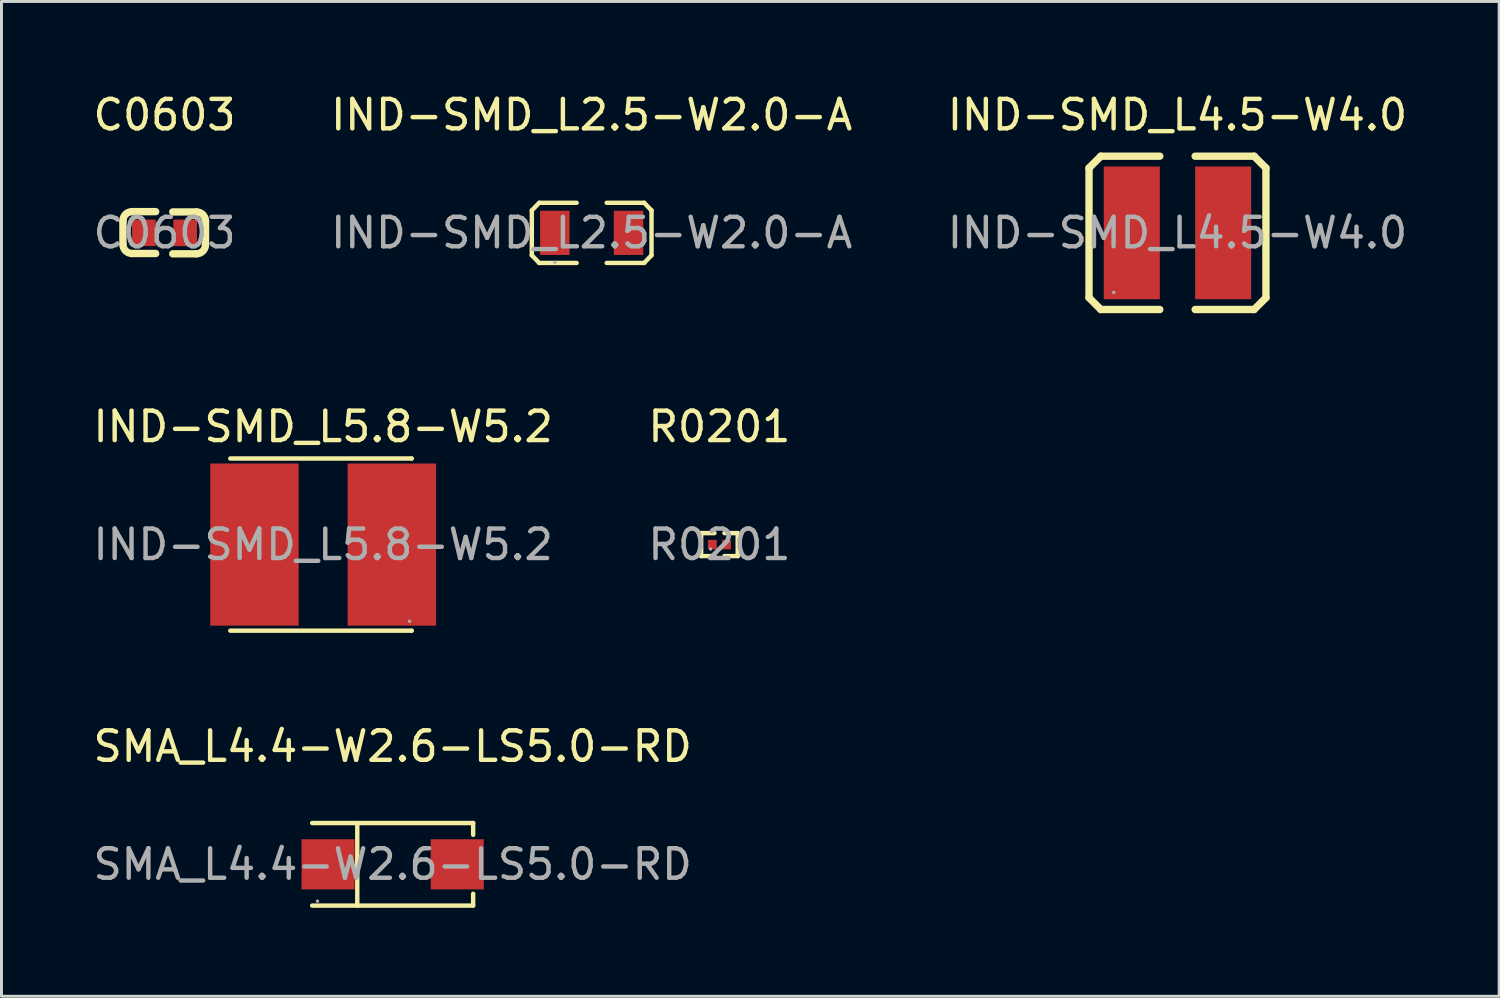
<source format=kicad_pcb>
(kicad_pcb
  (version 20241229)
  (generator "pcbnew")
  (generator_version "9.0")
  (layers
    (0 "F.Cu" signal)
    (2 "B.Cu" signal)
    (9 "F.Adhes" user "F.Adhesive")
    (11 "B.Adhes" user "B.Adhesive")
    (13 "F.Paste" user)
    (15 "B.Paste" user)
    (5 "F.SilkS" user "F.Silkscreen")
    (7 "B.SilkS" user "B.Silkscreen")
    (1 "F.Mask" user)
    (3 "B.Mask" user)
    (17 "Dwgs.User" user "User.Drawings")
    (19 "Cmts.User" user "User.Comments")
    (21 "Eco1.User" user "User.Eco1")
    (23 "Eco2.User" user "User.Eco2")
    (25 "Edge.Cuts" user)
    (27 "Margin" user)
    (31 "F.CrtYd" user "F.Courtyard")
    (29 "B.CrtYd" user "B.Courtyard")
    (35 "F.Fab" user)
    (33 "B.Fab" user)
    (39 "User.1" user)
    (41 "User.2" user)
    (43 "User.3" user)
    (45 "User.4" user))
  (footprint "C0603"
    (layer "F.Cu")
    (at 2.53 4.848)
    (property "Reference" "C0603" (at 0 -4 0) (layer "F.SilkS") (effects (font (size 1 1) (thickness 0.15))))
    (attr smd)
    (fp_line (start -1.41 -0.41) (end -1.41 0.39) (stroke (width 0.25) (type solid)) (layer "F.SilkS"))
    (fp_line (start -0.3 -0.72) (end -1.1 -0.72) (stroke (width 0.25) (type solid)) (layer "F.SilkS"))
    (fp_line (start -0.3 0.7) (end -1.1 0.7) (stroke (width 0.25) (type solid)) (layer "F.SilkS"))
    (fp_line (start 0.28 -0.71) (end 1.08 -0.71) (stroke (width 0.25) (type solid)) (layer "F.SilkS"))
    (fp_line (start 0.28 0.71) (end 1.08 0.71) (stroke (width 0.25) (type solid)) (layer "F.SilkS"))
    (fp_line (start 1.39 -0.4) (end 1.39 0.4) (stroke (width 0.25) (type solid)) (layer "F.SilkS"))
    (fp_arc (start -1.41 -0.41) (mid -1.319203 -0.629203) (end -1.1 -0.72) (stroke (width 0.25) (type solid)) (layer "F.SilkS"))
    (fp_arc (start -1.1 0.7) (mid -1.319203 0.609203) (end -1.41 0.39) (stroke (width 0.25) (type solid)) (layer "F.SilkS"))
    (fp_arc (start 1.08 -0.71) (mid 1.299203 -0.619203) (end 1.39 -0.4) (stroke (width 0.25) (type solid)) (layer "F.SilkS"))
    (fp_arc (start 1.39 0.4) (mid 1.299203 0.619203) (end 1.08 0.71) (stroke (width 0.25) (type solid)) (layer "F.SilkS"))
    (fp_circle (center -0.8 0.4) (end -0.77 0.4) (stroke (width 0.06) (type solid)) (fill no) (layer "F.Fab"))
    (fp_text user "${REFERENCE}" (at 0 0 0) (layer "F.Fab") (effects (font (size 1 1) (thickness 0.15))))
    (pad "1" smd rect (at -0.7 0) (size 0.8 0.9) (layers "F.Cu" "F.Mask" "F.Paste"))
    (pad "2" smd rect (at 0.7 0) (size 0.8 0.9) (layers "F.Cu" "F.Mask" "F.Paste")))
  (footprint "IND-SMD_L5.8-W5.2"
    (layer "F.Cu")
    (at 7.911 15.421)
    (property "Reference" "IND-SMD_L5.8-W5.2" (at 0 -4 0) (layer "F.SilkS") (effects (font (size 1 1) (thickness 0.15))))
    (attr smd)
    (fp_line (start -3.15 -2.92) (end 3 -2.92) (stroke (width 0.15) (type solid)) (layer "F.SilkS"))
    (fp_line (start -3.15 2.92) (end 3 2.92) (stroke (width 0.15) (type solid)) (layer "F.SilkS"))
    (fp_line (start 3 -2.92) (end 3 -2.92) (stroke (width 0.15) (type solid)) (layer "F.SilkS"))
    (fp_line (start 3 2.92) (end 3 2.92) (stroke (width 0.15) (type solid)) (layer "F.SilkS"))
    (fp_circle (center 2.93 2.6) (end 2.96 2.6) (stroke (width 0.06) (type solid)) (fill no) (layer "F.Fab"))
    (fp_text user "${REFERENCE}" (at 0 0 0) (layer "F.Fab") (effects (font (size 1 1) (thickness 0.15))))
    (pad "1" smd rect (at 2.33 0) (size 3 5.5) (layers "F.Cu" "F.Mask" "F.Paste"))
    (pad "2" smd rect (at -2.33 0) (size 3 5.5) (layers "F.Cu" "F.Mask" "F.Paste")))
  (footprint "IND-SMD_L2.5-W2.0-A"
    (layer "F.Cu")
    (at 17.018 4.848)
    (property "Reference" "IND-SMD_L2.5-W2.0-A" (at 0 -4 0) (layer "F.SilkS") (effects (font (size 1 1) (thickness 0.15))))
    (attr smd)
    (fp_line (start -2.03 -0.76) (end -1.78 -1.02) (stroke (width 0.15) (type solid)) (layer "F.SilkS"))
    (fp_line (start -2.03 0.76) (end -2.03 -0.76) (stroke (width 0.15) (type solid)) (layer "F.SilkS"))
    (fp_line (start -1.78 -1.02) (end -0.51 -1.02) (stroke (width 0.15) (type solid)) (layer "F.SilkS"))
    (fp_line (start -1.78 1.02) (end -2.03 0.76) (stroke (width 0.15) (type solid)) (layer "F.SilkS"))
    (fp_line (start -0.51 1.02) (end -1.78 1.02) (stroke (width 0.15) (type solid)) (layer "F.SilkS"))
    (fp_line (start 0.51 -1.02) (end 1.78 -1.02) (stroke (width 0.15) (type solid)) (layer "F.SilkS"))
    (fp_line (start 1.78 -1.02) (end 2.03 -0.76) (stroke (width 0.15) (type solid)) (layer "F.SilkS"))
    (fp_line (start 1.78 1.02) (end 0.51 1.02) (stroke (width 0.15) (type solid)) (layer "F.SilkS"))
    (fp_line (start 2.03 -0.76) (end 2.03 0.76) (stroke (width 0.15) (type solid)) (layer "F.SilkS"))
    (fp_line (start 2.03 0.76) (end 1.78 1.02) (stroke (width 0.15) (type solid)) (layer "F.SilkS"))
    (fp_circle (center -1.25 1) (end -1.22 1) (stroke (width 0.06) (type solid)) (fill no) (layer "F.Fab"))
    (fp_text user "${REFERENCE}" (at 0 0 0) (layer "F.Fab") (effects (font (size 1 1) (thickness 0.15))))
    (pad "1" smd rect (at -1.25 0) (size 1 1.5) (layers "F.Cu" "F.Mask" "F.Paste"))
    (pad "2" smd rect (at 1.25 0) (size 1 1.5) (layers "F.Cu" "F.Mask" "F.Paste")))
  (footprint "SMA_L4.4-W2.6-LS5.0-RD"
    (layer "F.Cu")
    (at 10.268 26.265)
    (property "Reference" "SMA_L4.4-W2.6-LS5.0-RD" (at 0 -4 0) (layer "F.SilkS") (effects (font (size 1 1) (thickness 0.15))))
    (attr smd)
    (fp_line (start -2.73 -1.4) (end 2.73 -1.4) (stroke (width 0.15) (type solid)) (layer "F.SilkS"))
    (fp_line (start -2.73 1.4) (end 2.73 1.4) (stroke (width 0.15) (type solid)) (layer "F.SilkS"))
    (fp_line (start -1.2 -1.4) (end -1.2 1.4) (stroke (width 0.15) (type solid)) (layer "F.SilkS"))
    (fp_line (start 2.73 -1.4) (end 2.73 -1) (stroke (width 0.15) (type solid)) (layer "F.SilkS"))
    (fp_line (start 2.73 1.4) (end 2.73 1) (stroke (width 0.15) (type solid)) (layer "F.SilkS"))
    (fp_circle (center -2.55 1.25) (end -2.52 1.25) (stroke (width 0.06) (type solid)) (fill no) (layer "F.Fab"))
    (fp_text user "${REFERENCE}" (at 0 0 0) (layer "F.Fab") (effects (font (size 1 1) (thickness 0.15))))
    (pad "1" smd rect (at -2.19 0) (size 1.8 1.7) (layers "F.Cu" "F.Mask" "F.Paste"))
    (pad "2" smd rect (at 2.19 0) (size 1.8 1.7) (layers "F.Cu" "F.Mask" "F.Paste")))
  (footprint "R0201"
    (layer "F.Cu")
    (at 21.351 15.421)
    (property "Reference" "R0201" (at 0 -4 0) (layer "F.SilkS") (effects (font (size 1 1) (thickness 0.15))))
    (attr through_hole)
    (fp_line (start -0.62 -0.39) (end -0.17 -0.39) (stroke (width 0.15) (type solid)) (layer "F.SilkS"))
    (fp_line (start -0.62 0.39) (end -0.62 -0.39) (stroke (width 0.15) (type solid)) (layer "F.SilkS"))
    (fp_line (start -0.17 0.39) (end -0.62 0.39) (stroke (width 0.15) (type solid)) (layer "F.SilkS"))
    (fp_line (start 0.17 0.39) (end 0.62 0.39) (stroke (width 0.15) (type solid)) (layer "F.SilkS"))
    (fp_line (start 0.62 -0.39) (end 0.17 -0.39) (stroke (width 0.15) (type solid)) (layer "F.SilkS"))
    (fp_line (start 0.62 0.39) (end 0.62 -0.39) (stroke (width 0.15) (type solid)) (layer "F.SilkS"))
    (fp_circle (center -0.3 0.15) (end -0.27 0.15) (stroke (width 0.06) (type solid)) (fill no) (layer "F.Fab"))
    (fp_text user "${REFERENCE}" (at 0 0 0) (layer "F.Fab") (effects (font (size 1 1) (thickness 0.15))))
    (pad "1" smd rect (at -0.24 0) (size 0.3 0.32) (layers "F.Cu" "F.Mask" "F.Paste"))
    (pad "2" smd rect (at 0.24 0) (size 0.3 0.32) (layers "F.Cu" "F.Mask" "F.Paste")))
  (footprint "IND-SMD_L4.5-W4.0"
    (layer "F.Cu")
    (at 36.887 4.848)
    (property "Reference" "IND-SMD_L4.5-W4.0" (at 0 -4 0) (layer "F.SilkS") (effects (font (size 1 1) (thickness 0.15))))
    (attr smd)
    (fp_line (start -3 -2.2) (end -2.6 -2.6) (stroke (width 0.25) (type solid)) (layer "F.SilkS"))
    (fp_line (start -3 2.2) (end -3 -2.2) (stroke (width 0.25) (type solid)) (layer "F.SilkS"))
    (fp_line (start -2.6 -2.6) (end -0.6 -2.6) (stroke (width 0.25) (type solid)) (layer "F.SilkS"))
    (fp_line (start -2.6 2.6) (end -3 2.2) (stroke (width 0.25) (type solid)) (layer "F.SilkS"))
    (fp_line (start -0.6 2.6) (end -2.6 2.6) (stroke (width 0.25) (type solid)) (layer "F.SilkS"))
    (fp_line (start 0.6 -2.6) (end 2.6 -2.6) (stroke (width 0.25) (type solid)) (layer "F.SilkS"))
    (fp_line (start 2.6 -2.6) (end 3 -2.2) (stroke (width 0.25) (type solid)) (layer "F.SilkS"))
    (fp_line (start 2.6 2.6) (end 0.6 2.6) (stroke (width 0.25) (type solid)) (layer "F.SilkS"))
    (fp_line (start 3 -2.2) (end 3 2.2) (stroke (width 0.25) (type solid)) (layer "F.SilkS"))
    (fp_line (start 3 2.2) (end 2.6 2.6) (stroke (width 0.25) (type solid)) (layer "F.SilkS"))
    (fp_circle (center -2.16 2.02) (end -2.13 2.02) (stroke (width 0.06) (type solid)) (fill no) (layer "F.Fab"))
    (fp_text user "${REFERENCE}" (at 0 0 0) (layer "F.Fab") (effects (font (size 1 1) (thickness 0.15))))
    (pad "1" smd rect (at -1.55 0) (size 1.9 4.5) (layers "F.Cu" "F.Mask" "F.Paste"))
    (pad "2" smd rect (at 1.55 0) (size 1.9 4.5) (layers "F.Cu" "F.Mask" "F.Paste")))
  (gr_rect
    (start -3 -3)
    (end 47.798 30.74)
    (stroke (width 0.1) (type default))
    (fill no)
    (layer "Edge.Cuts")))
</source>
